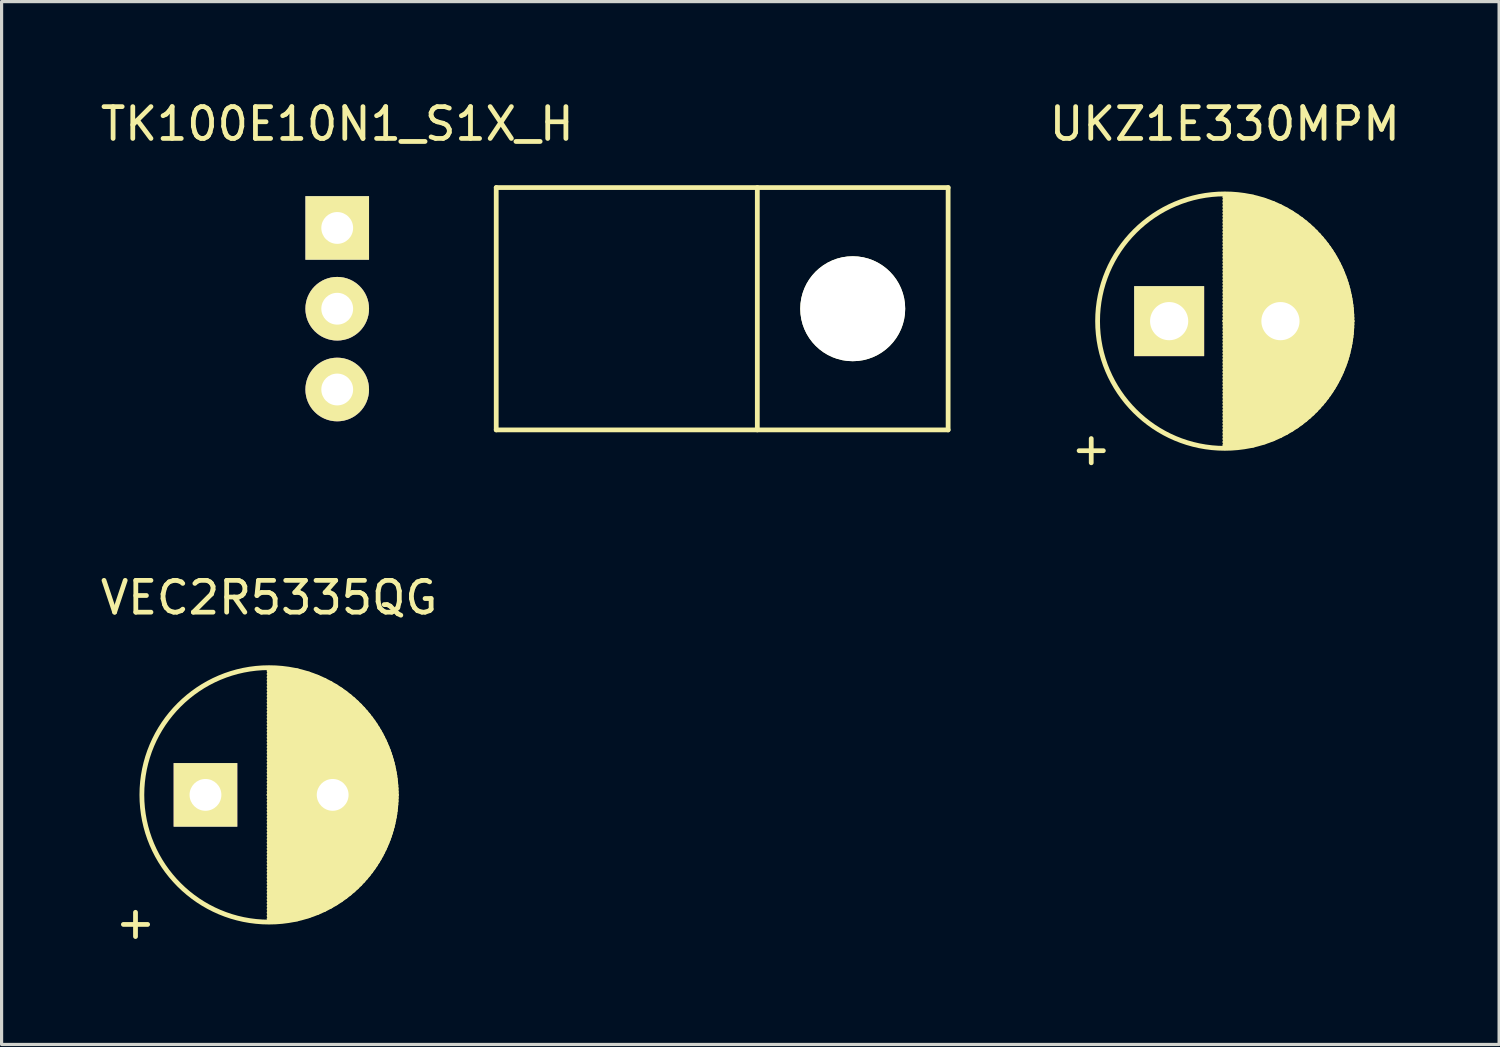
<source format=kicad_pcb>
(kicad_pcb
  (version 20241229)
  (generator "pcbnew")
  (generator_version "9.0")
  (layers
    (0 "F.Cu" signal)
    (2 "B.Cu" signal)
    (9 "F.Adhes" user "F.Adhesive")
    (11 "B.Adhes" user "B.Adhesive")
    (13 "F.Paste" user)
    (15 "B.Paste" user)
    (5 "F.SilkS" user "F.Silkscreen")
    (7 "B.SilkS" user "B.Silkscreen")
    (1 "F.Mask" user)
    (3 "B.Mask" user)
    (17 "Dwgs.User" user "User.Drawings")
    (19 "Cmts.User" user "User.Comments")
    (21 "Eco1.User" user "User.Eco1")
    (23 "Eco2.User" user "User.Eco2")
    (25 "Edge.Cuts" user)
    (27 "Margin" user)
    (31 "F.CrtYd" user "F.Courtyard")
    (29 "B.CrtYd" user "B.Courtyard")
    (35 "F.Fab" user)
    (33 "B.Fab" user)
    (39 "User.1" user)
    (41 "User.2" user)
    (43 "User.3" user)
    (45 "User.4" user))
  (footprint "VEC2R5335QG"
    (layer "F.Cu")
    (at 3.411 21.945)
    (property "Reference" "VEC2R5335QG" (at 2 -6.2 0) (layer "F.SilkS") (effects (font (size 1 1) (thickness 0.15))))
    (attr through_hole)
    (fp_line (start 2 -3.9) (end 2.889 -3.9) (stroke (width 0.15) (type solid)) (layer "F.SilkS"))
    (fp_line (start 2 -3.8) (end 3.249 -3.8) (stroke (width 0.15) (type solid)) (layer "F.SilkS"))
    (fp_line (start 2 -3.7) (end 3.52 -3.7) (stroke (width 0.15) (type solid)) (layer "F.SilkS"))
    (fp_line (start 2 -3.6) (end 3.744 -3.6) (stroke (width 0.15) (type solid)) (layer "F.SilkS"))
    (fp_line (start 2 -3.5) (end 3.936 -3.5) (stroke (width 0.15) (type solid)) (layer "F.SilkS"))
    (fp_line (start 2 -3.4) (end 4.107 -3.4) (stroke (width 0.15) (type solid)) (layer "F.SilkS"))
    (fp_line (start 2 -3.3) (end 4.261 -3.3) (stroke (width 0.15) (type solid)) (layer "F.SilkS"))
    (fp_line (start 2 -3.2) (end 4.4 -3.2) (stroke (width 0.15) (type solid)) (layer "F.SilkS"))
    (fp_line (start 2 -3.1) (end 4.528 -3.1) (stroke (width 0.15) (type solid)) (layer "F.SilkS"))
    (fp_line (start 2 -3) (end 4.646 -3) (stroke (width 0.15) (type solid)) (layer "F.SilkS"))
    (fp_line (start 2 -2.9) (end 4.755 -2.9) (stroke (width 0.15) (type solid)) (layer "F.SilkS"))
    (fp_line (start 2 -2.8) (end 4.857 -2.8) (stroke (width 0.15) (type solid)) (layer "F.SilkS"))
    (fp_line (start 2 -2.7) (end 4.951 -2.7) (stroke (width 0.15) (type solid)) (layer "F.SilkS"))
    (fp_line (start 2 -2.6) (end 5.04 -2.6) (stroke (width 0.15) (type solid)) (layer "F.SilkS"))
    (fp_line (start 2 -2.5) (end 5.122 -2.5) (stroke (width 0.15) (type solid)) (layer "F.SilkS"))
    (fp_line (start 2 -2.4) (end 5.2 -2.4) (stroke (width 0.15) (type solid)) (layer "F.SilkS"))
    (fp_line (start 2 -2.3) (end 5.273 -2.3) (stroke (width 0.15) (type solid)) (layer "F.SilkS"))
    (fp_line (start 2 -2.2) (end 5.341 -2.2) (stroke (width 0.15) (type solid)) (layer "F.SilkS"))
    (fp_line (start 2 -2.1) (end 5.404 -2.1) (stroke (width 0.15) (type solid)) (layer "F.SilkS"))
    (fp_line (start 2 -2) (end 5.464 -2) (stroke (width 0.15) (type solid)) (layer "F.SilkS"))
    (fp_line (start 2 -1.9) (end 5.52 -1.9) (stroke (width 0.15) (type solid)) (layer "F.SilkS"))
    (fp_line (start 2 -1.8) (end 5.572 -1.8) (stroke (width 0.15) (type solid)) (layer "F.SilkS"))
    (fp_line (start 2 -1.7) (end 5.621 -1.7) (stroke (width 0.15) (type solid)) (layer "F.SilkS"))
    (fp_line (start 2 -1.6) (end 5.666 -1.6) (stroke (width 0.15) (type solid)) (layer "F.SilkS"))
    (fp_line (start 2 -1.5) (end 5.708 -1.5) (stroke (width 0.15) (type solid)) (layer "F.SilkS"))
    (fp_line (start 2 -1.4) (end 5.747 -1.4) (stroke (width 0.15) (type solid)) (layer "F.SilkS"))
    (fp_line (start 2 -1.3) (end 5.783 -1.3) (stroke (width 0.15) (type solid)) (layer "F.SilkS"))
    (fp_line (start 2 -1.2) (end 5.816 -1.2) (stroke (width 0.15) (type solid)) (layer "F.SilkS"))
    (fp_line (start 2 -1.1) (end 5.846 -1.1) (stroke (width 0.15) (type solid)) (layer "F.SilkS"))
    (fp_line (start 2 -1) (end 5.873 -1) (stroke (width 0.15) (type solid)) (layer "F.SilkS"))
    (fp_line (start 2 -0.9) (end 5.897 -0.9) (stroke (width 0.15) (type solid)) (layer "F.SilkS"))
    (fp_line (start 2 -0.8) (end 5.919 -0.8) (stroke (width 0.15) (type solid)) (layer "F.SilkS"))
    (fp_line (start 2 -0.7) (end 5.938 -0.7) (stroke (width 0.15) (type solid)) (layer "F.SilkS"))
    (fp_line (start 2 -0.6) (end 5.955 -0.6) (stroke (width 0.15) (type solid)) (layer "F.SilkS"))
    (fp_line (start 2 -0.5) (end 5.969 -0.5) (stroke (width 0.15) (type solid)) (layer "F.SilkS"))
    (fp_line (start 2 -0.4) (end 5.98 -0.4) (stroke (width 0.15) (type solid)) (layer "F.SilkS"))
    (fp_line (start 2 -0.3) (end 5.989 -0.3) (stroke (width 0.15) (type solid)) (layer "F.SilkS"))
    (fp_line (start 2 -0.2) (end 5.995 -0.2) (stroke (width 0.15) (type solid)) (layer "F.SilkS"))
    (fp_line (start 2 -0.1) (end 5.999 -0.1) (stroke (width 0.15) (type solid)) (layer "F.SilkS"))
    (fp_line (start 2 0) (end 6 0) (stroke (width 0.15) (type solid)) (layer "F.SilkS"))
    (fp_line (start 2 0) (end 6 0) (stroke (width 0.15) (type solid)) (layer "F.SilkS"))
    (fp_line (start 2 0.1) (end 5.999 0.1) (stroke (width 0.15) (type solid)) (layer "F.SilkS"))
    (fp_line (start 2 0.2) (end 5.995 0.2) (stroke (width 0.15) (type solid)) (layer "F.SilkS"))
    (fp_line (start 2 0.3) (end 5.989 0.3) (stroke (width 0.15) (type solid)) (layer "F.SilkS"))
    (fp_line (start 2 0.4) (end 5.98 0.4) (stroke (width 0.15) (type solid)) (layer "F.SilkS"))
    (fp_line (start 2 0.5) (end 5.969 0.5) (stroke (width 0.15) (type solid)) (layer "F.SilkS"))
    (fp_line (start 2 0.6) (end 5.955 0.6) (stroke (width 0.15) (type solid)) (layer "F.SilkS"))
    (fp_line (start 2 0.7) (end 5.938 0.7) (stroke (width 0.15) (type solid)) (layer "F.SilkS"))
    (fp_line (start 2 0.8) (end 5.919 0.8) (stroke (width 0.15) (type solid)) (layer "F.SilkS"))
    (fp_line (start 2 0.9) (end 5.897 0.9) (stroke (width 0.15) (type solid)) (layer "F.SilkS"))
    (fp_line (start 2 1) (end 5.873 1) (stroke (width 0.15) (type solid)) (layer "F.SilkS"))
    (fp_line (start 2 1.1) (end 5.846 1.1) (stroke (width 0.15) (type solid)) (layer "F.SilkS"))
    (fp_line (start 2 1.2) (end 5.816 1.2) (stroke (width 0.15) (type solid)) (layer "F.SilkS"))
    (fp_line (start 2 1.3) (end 5.783 1.3) (stroke (width 0.15) (type solid)) (layer "F.SilkS"))
    (fp_line (start 2 1.4) (end 5.747 1.4) (stroke (width 0.15) (type solid)) (layer "F.SilkS"))
    (fp_line (start 2 1.5) (end 5.708 1.5) (stroke (width 0.15) (type solid)) (layer "F.SilkS"))
    (fp_line (start 2 1.6) (end 5.666 1.6) (stroke (width 0.15) (type solid)) (layer "F.SilkS"))
    (fp_line (start 2 1.7) (end 5.621 1.7) (stroke (width 0.15) (type solid)) (layer "F.SilkS"))
    (fp_line (start 2 1.8) (end 5.572 1.8) (stroke (width 0.15) (type solid)) (layer "F.SilkS"))
    (fp_line (start 2 1.9) (end 5.52 1.9) (stroke (width 0.15) (type solid)) (layer "F.SilkS"))
    (fp_line (start 2 2) (end 5.464 2) (stroke (width 0.15) (type solid)) (layer "F.SilkS"))
    (fp_line (start 2 2.1) (end 5.404 2.1) (stroke (width 0.15) (type solid)) (layer "F.SilkS"))
    (fp_line (start 2 2.2) (end 5.341 2.2) (stroke (width 0.15) (type solid)) (layer "F.SilkS"))
    (fp_line (start 2 2.3) (end 5.273 2.3) (stroke (width 0.15) (type solid)) (layer "F.SilkS"))
    (fp_line (start 2 2.4) (end 5.2 2.4) (stroke (width 0.15) (type solid)) (layer "F.SilkS"))
    (fp_line (start 2 2.5) (end 5.122 2.5) (stroke (width 0.15) (type solid)) (layer "F.SilkS"))
    (fp_line (start 2 2.6) (end 5.04 2.6) (stroke (width 0.15) (type solid)) (layer "F.SilkS"))
    (fp_line (start 2 2.7) (end 4.951 2.7) (stroke (width 0.15) (type solid)) (layer "F.SilkS"))
    (fp_line (start 2 2.8) (end 4.857 2.8) (stroke (width 0.15) (type solid)) (layer "F.SilkS"))
    (fp_line (start 2 2.9) (end 4.755 2.9) (stroke (width 0.15) (type solid)) (layer "F.SilkS"))
    (fp_line (start 2 3) (end 4.646 3) (stroke (width 0.15) (type solid)) (layer "F.SilkS"))
    (fp_line (start 2 3.1) (end 4.528 3.1) (stroke (width 0.15) (type solid)) (layer "F.SilkS"))
    (fp_line (start 2 3.2) (end 4.4 3.2) (stroke (width 0.15) (type solid)) (layer "F.SilkS"))
    (fp_line (start 2 3.3) (end 4.261 3.3) (stroke (width 0.15) (type solid)) (layer "F.SilkS"))
    (fp_line (start 2 3.4) (end 4.107 3.4) (stroke (width 0.15) (type solid)) (layer "F.SilkS"))
    (fp_line (start 2 3.5) (end 3.936 3.5) (stroke (width 0.15) (type solid)) (layer "F.SilkS"))
    (fp_line (start 2 3.6) (end 3.744 3.6) (stroke (width 0.15) (type solid)) (layer "F.SilkS"))
    (fp_line (start 2 3.7) (end 3.52 3.7) (stroke (width 0.15) (type solid)) (layer "F.SilkS"))
    (fp_line (start 2 3.8) (end 3.249 3.8) (stroke (width 0.15) (type solid)) (layer "F.SilkS"))
    (fp_line (start 2 3.9) (end 2.889 3.9) (stroke (width 0.15) (type solid)) (layer "F.SilkS"))
    (fp_circle (center 2 0) (end 2 -4) (stroke (width 0.15) (type solid)) (fill no) (layer "F.SilkS"))
    (fp_text user "+" (at -2.2 4 0) (layer "F.SilkS") (effects (font (size 1 1) (thickness 0.15))))
    (pad "1" thru_hole rect (at 0 0) (size 2 2) (drill 1) (layers "*.Cu" "*.Mask" "F.SilkS"))
    (pad "2" thru_hole circle (at 4 0) (size 2 2) (drill 1) (layers "*.Cu" "*.Mask" "F.SilkS")))
  (footprint "UKZ1E330MPM"
    (layer "F.Cu")
    (at 33.714 7.048)
    (property "Reference" "UKZ1E330MPM" (at 1.75 -6.2 0) (layer "F.SilkS") (effects (font (size 1 1) (thickness 0.15))))
    (attr through_hole)
    (fp_line (start 1.75 -3.9) (end 2.639 -3.9) (stroke (width 0.15) (type solid)) (layer "F.SilkS"))
    (fp_line (start 1.75 -3.8) (end 2.999 -3.8) (stroke (width 0.15) (type solid)) (layer "F.SilkS"))
    (fp_line (start 1.75 -3.7) (end 3.27 -3.7) (stroke (width 0.15) (type solid)) (layer "F.SilkS"))
    (fp_line (start 1.75 -3.6) (end 3.494 -3.6) (stroke (width 0.15) (type solid)) (layer "F.SilkS"))
    (fp_line (start 1.75 -3.5) (end 3.686 -3.5) (stroke (width 0.15) (type solid)) (layer "F.SilkS"))
    (fp_line (start 1.75 -3.4) (end 3.857 -3.4) (stroke (width 0.15) (type solid)) (layer "F.SilkS"))
    (fp_line (start 1.75 -3.3) (end 4.011 -3.3) (stroke (width 0.15) (type solid)) (layer "F.SilkS"))
    (fp_line (start 1.75 -3.2) (end 4.15 -3.2) (stroke (width 0.15) (type solid)) (layer "F.SilkS"))
    (fp_line (start 1.75 -3.1) (end 4.278 -3.1) (stroke (width 0.15) (type solid)) (layer "F.SilkS"))
    (fp_line (start 1.75 -3) (end 4.396 -3) (stroke (width 0.15) (type solid)) (layer "F.SilkS"))
    (fp_line (start 1.75 -2.9) (end 4.505 -2.9) (stroke (width 0.15) (type solid)) (layer "F.SilkS"))
    (fp_line (start 1.75 -2.8) (end 4.607 -2.8) (stroke (width 0.15) (type solid)) (layer "F.SilkS"))
    (fp_line (start 1.75 -2.7) (end 4.701 -2.7) (stroke (width 0.15) (type solid)) (layer "F.SilkS"))
    (fp_line (start 1.75 -2.6) (end 4.79 -2.6) (stroke (width 0.15) (type solid)) (layer "F.SilkS"))
    (fp_line (start 1.75 -2.5) (end 4.872 -2.5) (stroke (width 0.15) (type solid)) (layer "F.SilkS"))
    (fp_line (start 1.75 -2.4) (end 4.95 -2.4) (stroke (width 0.15) (type solid)) (layer "F.SilkS"))
    (fp_line (start 1.75 -2.3) (end 5.023 -2.3) (stroke (width 0.15) (type solid)) (layer "F.SilkS"))
    (fp_line (start 1.75 -2.2) (end 5.091 -2.2) (stroke (width 0.15) (type solid)) (layer "F.SilkS"))
    (fp_line (start 1.75 -2.1) (end 5.154 -2.1) (stroke (width 0.15) (type solid)) (layer "F.SilkS"))
    (fp_line (start 1.75 -2) (end 5.214 -2) (stroke (width 0.15) (type solid)) (layer "F.SilkS"))
    (fp_line (start 1.75 -1.9) (end 5.27 -1.9) (stroke (width 0.15) (type solid)) (layer "F.SilkS"))
    (fp_line (start 1.75 -1.8) (end 5.322 -1.8) (stroke (width 0.15) (type solid)) (layer "F.SilkS"))
    (fp_line (start 1.75 -1.7) (end 5.371 -1.7) (stroke (width 0.15) (type solid)) (layer "F.SilkS"))
    (fp_line (start 1.75 -1.6) (end 5.416 -1.6) (stroke (width 0.15) (type solid)) (layer "F.SilkS"))
    (fp_line (start 1.75 -1.5) (end 5.458 -1.5) (stroke (width 0.15) (type solid)) (layer "F.SilkS"))
    (fp_line (start 1.75 -1.4) (end 5.497 -1.4) (stroke (width 0.15) (type solid)) (layer "F.SilkS"))
    (fp_line (start 1.75 -1.3) (end 5.533 -1.3) (stroke (width 0.15) (type solid)) (layer "F.SilkS"))
    (fp_line (start 1.75 -1.2) (end 5.566 -1.2) (stroke (width 0.15) (type solid)) (layer "F.SilkS"))
    (fp_line (start 1.75 -1.1) (end 5.596 -1.1) (stroke (width 0.15) (type solid)) (layer "F.SilkS"))
    (fp_line (start 1.75 -1) (end 5.623 -1) (stroke (width 0.15) (type solid)) (layer "F.SilkS"))
    (fp_line (start 1.75 -0.9) (end 5.647 -0.9) (stroke (width 0.15) (type solid)) (layer "F.SilkS"))
    (fp_line (start 1.75 -0.8) (end 5.669 -0.8) (stroke (width 0.15) (type solid)) (layer "F.SilkS"))
    (fp_line (start 1.75 -0.7) (end 5.688 -0.7) (stroke (width 0.15) (type solid)) (layer "F.SilkS"))
    (fp_line (start 1.75 -0.6) (end 5.705 -0.6) (stroke (width 0.15) (type solid)) (layer "F.SilkS"))
    (fp_line (start 1.75 -0.5) (end 5.719 -0.5) (stroke (width 0.15) (type solid)) (layer "F.SilkS"))
    (fp_line (start 1.75 -0.4) (end 5.73 -0.4) (stroke (width 0.15) (type solid)) (layer "F.SilkS"))
    (fp_line (start 1.75 -0.3) (end 5.739 -0.3) (stroke (width 0.15) (type solid)) (layer "F.SilkS"))
    (fp_line (start 1.75 -0.2) (end 5.745 -0.2) (stroke (width 0.15) (type solid)) (layer "F.SilkS"))
    (fp_line (start 1.75 -0.1) (end 5.749 -0.1) (stroke (width 0.15) (type solid)) (layer "F.SilkS"))
    (fp_line (start 1.75 0) (end 5.75 0) (stroke (width 0.15) (type solid)) (layer "F.SilkS"))
    (fp_line (start 1.75 0) (end 5.75 0) (stroke (width 0.15) (type solid)) (layer "F.SilkS"))
    (fp_line (start 1.75 0.1) (end 5.749 0.1) (stroke (width 0.15) (type solid)) (layer "F.SilkS"))
    (fp_line (start 1.75 0.2) (end 5.745 0.2) (stroke (width 0.15) (type solid)) (layer "F.SilkS"))
    (fp_line (start 1.75 0.3) (end 5.739 0.3) (stroke (width 0.15) (type solid)) (layer "F.SilkS"))
    (fp_line (start 1.75 0.4) (end 5.73 0.4) (stroke (width 0.15) (type solid)) (layer "F.SilkS"))
    (fp_line (start 1.75 0.5) (end 5.719 0.5) (stroke (width 0.15) (type solid)) (layer "F.SilkS"))
    (fp_line (start 1.75 0.6) (end 5.705 0.6) (stroke (width 0.15) (type solid)) (layer "F.SilkS"))
    (fp_line (start 1.75 0.7) (end 5.688 0.7) (stroke (width 0.15) (type solid)) (layer "F.SilkS"))
    (fp_line (start 1.75 0.8) (end 5.669 0.8) (stroke (width 0.15) (type solid)) (layer "F.SilkS"))
    (fp_line (start 1.75 0.9) (end 5.647 0.9) (stroke (width 0.15) (type solid)) (layer "F.SilkS"))
    (fp_line (start 1.75 1) (end 5.623 1) (stroke (width 0.15) (type solid)) (layer "F.SilkS"))
    (fp_line (start 1.75 1.1) (end 5.596 1.1) (stroke (width 0.15) (type solid)) (layer "F.SilkS"))
    (fp_line (start 1.75 1.2) (end 5.566 1.2) (stroke (width 0.15) (type solid)) (layer "F.SilkS"))
    (fp_line (start 1.75 1.3) (end 5.533 1.3) (stroke (width 0.15) (type solid)) (layer "F.SilkS"))
    (fp_line (start 1.75 1.4) (end 5.497 1.4) (stroke (width 0.15) (type solid)) (layer "F.SilkS"))
    (fp_line (start 1.75 1.5) (end 5.458 1.5) (stroke (width 0.15) (type solid)) (layer "F.SilkS"))
    (fp_line (start 1.75 1.6) (end 5.416 1.6) (stroke (width 0.15) (type solid)) (layer "F.SilkS"))
    (fp_line (start 1.75 1.7) (end 5.371 1.7) (stroke (width 0.15) (type solid)) (layer "F.SilkS"))
    (fp_line (start 1.75 1.8) (end 5.322 1.8) (stroke (width 0.15) (type solid)) (layer "F.SilkS"))
    (fp_line (start 1.75 1.9) (end 5.27 1.9) (stroke (width 0.15) (type solid)) (layer "F.SilkS"))
    (fp_line (start 1.75 2) (end 5.214 2) (stroke (width 0.15) (type solid)) (layer "F.SilkS"))
    (fp_line (start 1.75 2.1) (end 5.154 2.1) (stroke (width 0.15) (type solid)) (layer "F.SilkS"))
    (fp_line (start 1.75 2.2) (end 5.091 2.2) (stroke (width 0.15) (type solid)) (layer "F.SilkS"))
    (fp_line (start 1.75 2.3) (end 5.023 2.3) (stroke (width 0.15) (type solid)) (layer "F.SilkS"))
    (fp_line (start 1.75 2.4) (end 4.95 2.4) (stroke (width 0.15) (type solid)) (layer "F.SilkS"))
    (fp_line (start 1.75 2.5) (end 4.872 2.5) (stroke (width 0.15) (type solid)) (layer "F.SilkS"))
    (fp_line (start 1.75 2.6) (end 4.79 2.6) (stroke (width 0.15) (type solid)) (layer "F.SilkS"))
    (fp_line (start 1.75 2.7) (end 4.701 2.7) (stroke (width 0.15) (type solid)) (layer "F.SilkS"))
    (fp_line (start 1.75 2.8) (end 4.607 2.8) (stroke (width 0.15) (type solid)) (layer "F.SilkS"))
    (fp_line (start 1.75 2.9) (end 4.505 2.9) (stroke (width 0.15) (type solid)) (layer "F.SilkS"))
    (fp_line (start 1.75 3) (end 4.396 3) (stroke (width 0.15) (type solid)) (layer "F.SilkS"))
    (fp_line (start 1.75 3.1) (end 4.278 3.1) (stroke (width 0.15) (type solid)) (layer "F.SilkS"))
    (fp_line (start 1.75 3.2) (end 4.15 3.2) (stroke (width 0.15) (type solid)) (layer "F.SilkS"))
    (fp_line (start 1.75 3.3) (end 4.011 3.3) (stroke (width 0.15) (type solid)) (layer "F.SilkS"))
    (fp_line (start 1.75 3.4) (end 3.857 3.4) (stroke (width 0.15) (type solid)) (layer "F.SilkS"))
    (fp_line (start 1.75 3.5) (end 3.686 3.5) (stroke (width 0.15) (type solid)) (layer "F.SilkS"))
    (fp_line (start 1.75 3.6) (end 3.494 3.6) (stroke (width 0.15) (type solid)) (layer "F.SilkS"))
    (fp_line (start 1.75 3.7) (end 3.27 3.7) (stroke (width 0.15) (type solid)) (layer "F.SilkS"))
    (fp_line (start 1.75 3.8) (end 2.999 3.8) (stroke (width 0.15) (type solid)) (layer "F.SilkS"))
    (fp_line (start 1.75 3.9) (end 2.639 3.9) (stroke (width 0.15) (type solid)) (layer "F.SilkS"))
    (fp_circle (center 1.75 0) (end 1.75 -4) (stroke (width 0.15) (type solid)) (fill no) (layer "F.SilkS"))
    (fp_text user "+" (at -2.45 4 0) (layer "F.SilkS") (effects (font (size 1 1) (thickness 0.15))))
    (pad "1" thru_hole rect (at 0 0) (size 2.2 2.2) (drill 1.2) (layers "*.Cu" "*.Mask" "F.SilkS"))
    (pad "2" thru_hole circle (at 3.5 0) (size 2.2 2.2) (drill 1.2) (layers "*.Cu" "*.Mask" "F.SilkS")))
  (footprint "TK100E10N1_S1X_H"
    (layer "F.Cu")
    (at 7.554 4.118)
    (property "Reference" "TK100E10N1_S1X_H" (at 0 -3.27 0) (layer "F.SilkS") (effects (font (size 1 1) (thickness 0.15))))
    (attr through_hole)
    (fp_line (start 5 -1.27) (end 5 6.35) (stroke (width 0.15) (type solid)) (layer "F.SilkS"))
    (fp_line (start 5 -1.27) (end 19.21 -1.27) (stroke (width 0.15) (type solid)) (layer "F.SilkS"))
    (fp_line (start 5 6.35) (end 19.21 6.35) (stroke (width 0.15) (type solid)) (layer "F.SilkS"))
    (fp_line (start 13.21 -1.27) (end 13.21 6.35) (stroke (width 0.15) (type solid)) (layer "F.SilkS"))
    (fp_line (start 19.21 -1.27) (end 19.21 6.35) (stroke (width 0.15) (type solid)) (layer "F.SilkS"))
    (pad "" np_thru_hole circle (at 16.21 2.54) (size 3.3 3.3) (drill 3.3) (layers "*.Cu" "*.Mask" "F.SilkS"))
    (pad "1" thru_hole rect (at 0 0) (size 2 2) (drill 1) (layers "*.Cu" "*.Mask" "F.SilkS"))
    (pad "2" thru_hole circle (at 0 2.54) (size 2 2) (drill 1) (layers "*.Cu" "*.Mask" "F.SilkS"))
    (pad "3" thru_hole circle (at 0 5.08) (size 2 2) (drill 1) (layers "*.Cu" "*.Mask" "F.SilkS")))
  (gr_rect
    (start -3 -3)
    (end 44.089 29.793)
    (stroke (width 0.1) (type default))
    (fill no)
    (layer "Edge.Cuts")))
</source>
